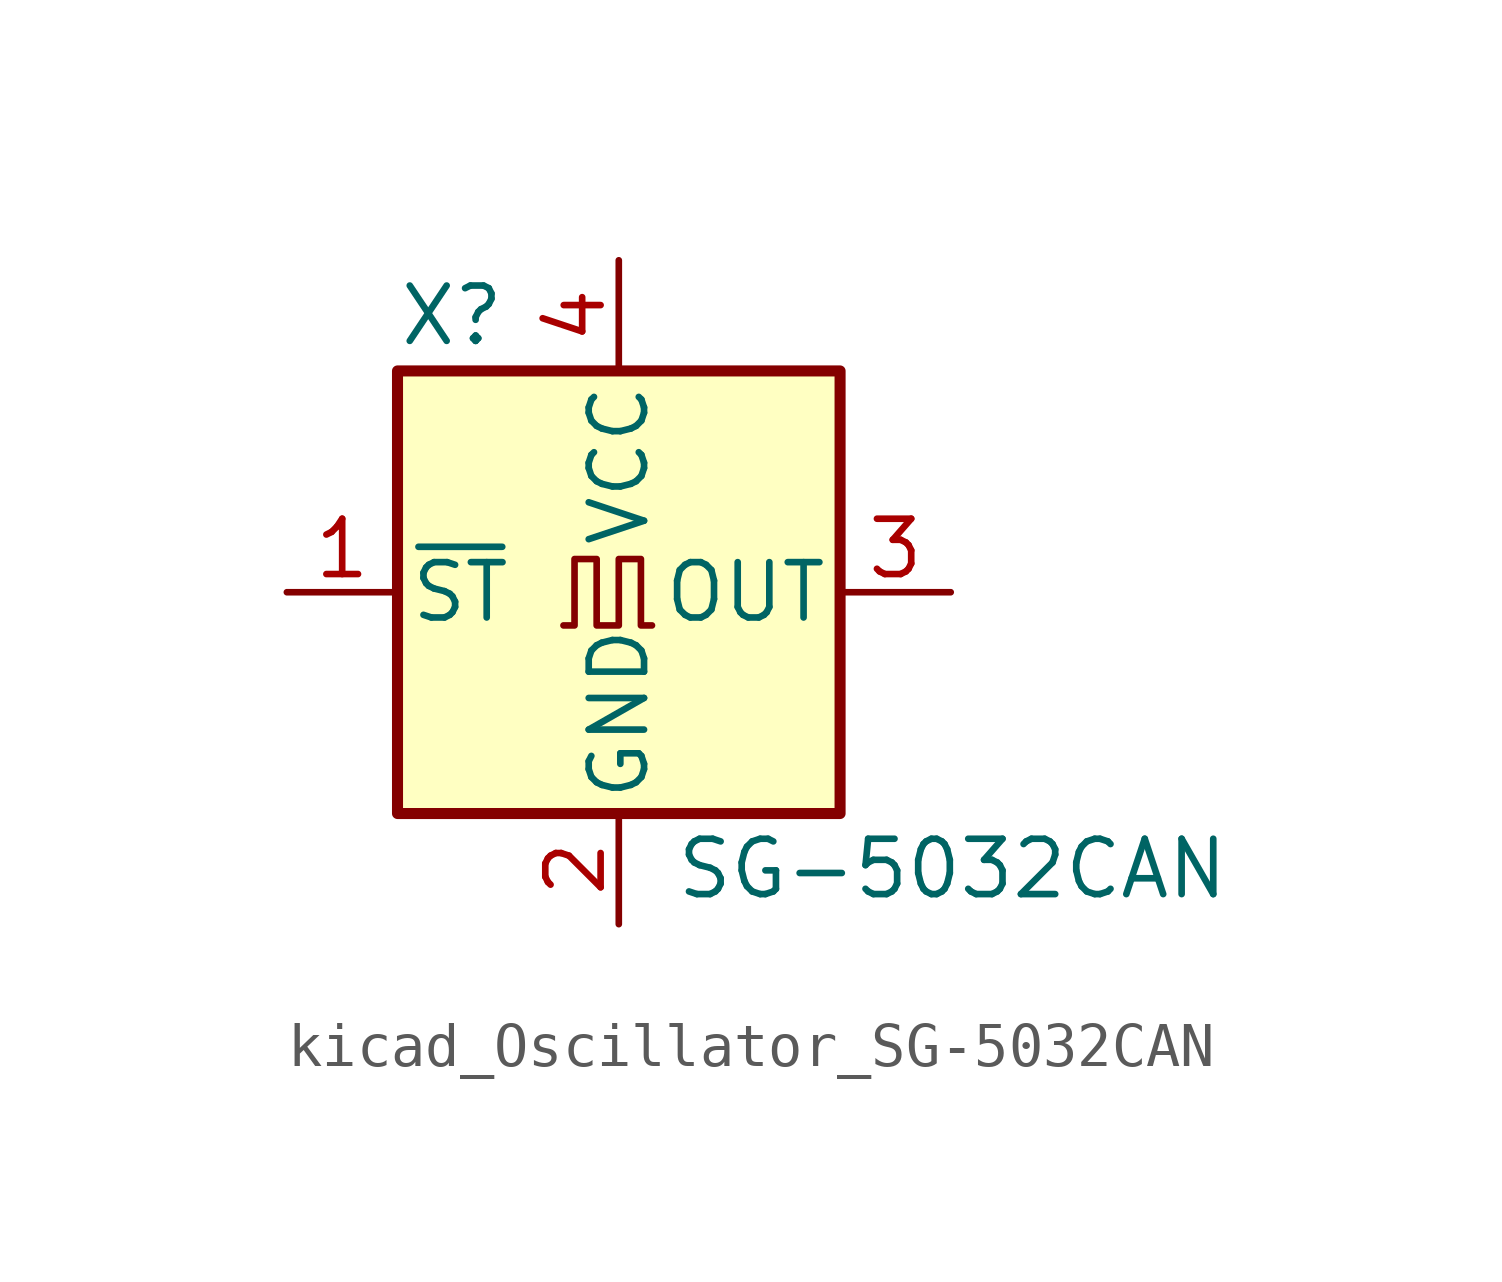
<source format=kicad_sym>
(kicad_symbol_lib
  (version 20220914)
  (generator kicad_symbol_editor)
  (symbol "kicad_Oscillator_SG-5032CAN"
    (pin_names
      (offset 0.254))
    (property "Reference" "X"
      (at -5.08 6.35 0)
      (effects (font (size 1.27 1.27)) (justify left)))
    (property "Value" "SG-5032CAN"
      (at 1.27 -6.35 0)
      (effects (font (size 1.27 1.27)) (justify left)))
    (symbol "kicad_Oscillator_SG-5032CAN_0_1"
      (rectangle (start -5.08 5.08) (end 5.08 -5.08) (stroke (width 0.254) (type default)) (fill (type background)))
      (polyline (pts (xy -1.27 -0.762) (xy -1.016 -0.762) (xy -1.016 0.762) (xy -0.508 0.762) (xy -0.508 -0.762) (xy 0 -0.762) (xy 0 0.762) (xy 0.508 0.762) (xy 0.508 -0.762) (xy 0.762 -0.762)) (stroke (width 0) (type default)) (fill (type none))))
    (symbol "kicad_Oscillator_SG-5032CAN_1_1"
      (pin input line (at -7.62 0 0) (length 2.54) (name "~{ST}" (effects (font (size 1.27 1.27)))) (number "1" (effects (font (size 1.27 1.27)))))
      (pin power_in line (at 0 -7.62 90) (length 2.54) (name "GND" (effects (font (size 1.27 1.27)))) (number "2" (effects (font (size 1.27 1.27)))))
      (pin output line (at 7.62 0 180) (length 2.54) (name "OUT" (effects (font (size 1.27 1.27)))) (number "3" (effects (font (size 1.27 1.27)))))
      (pin power_in line (at 0 7.62 270) (length 2.54) (name "VCC" (effects (font (size 1.27 1.27)))) (number "4" (effects (font (size 1.27 1.27))))))))
</source>
